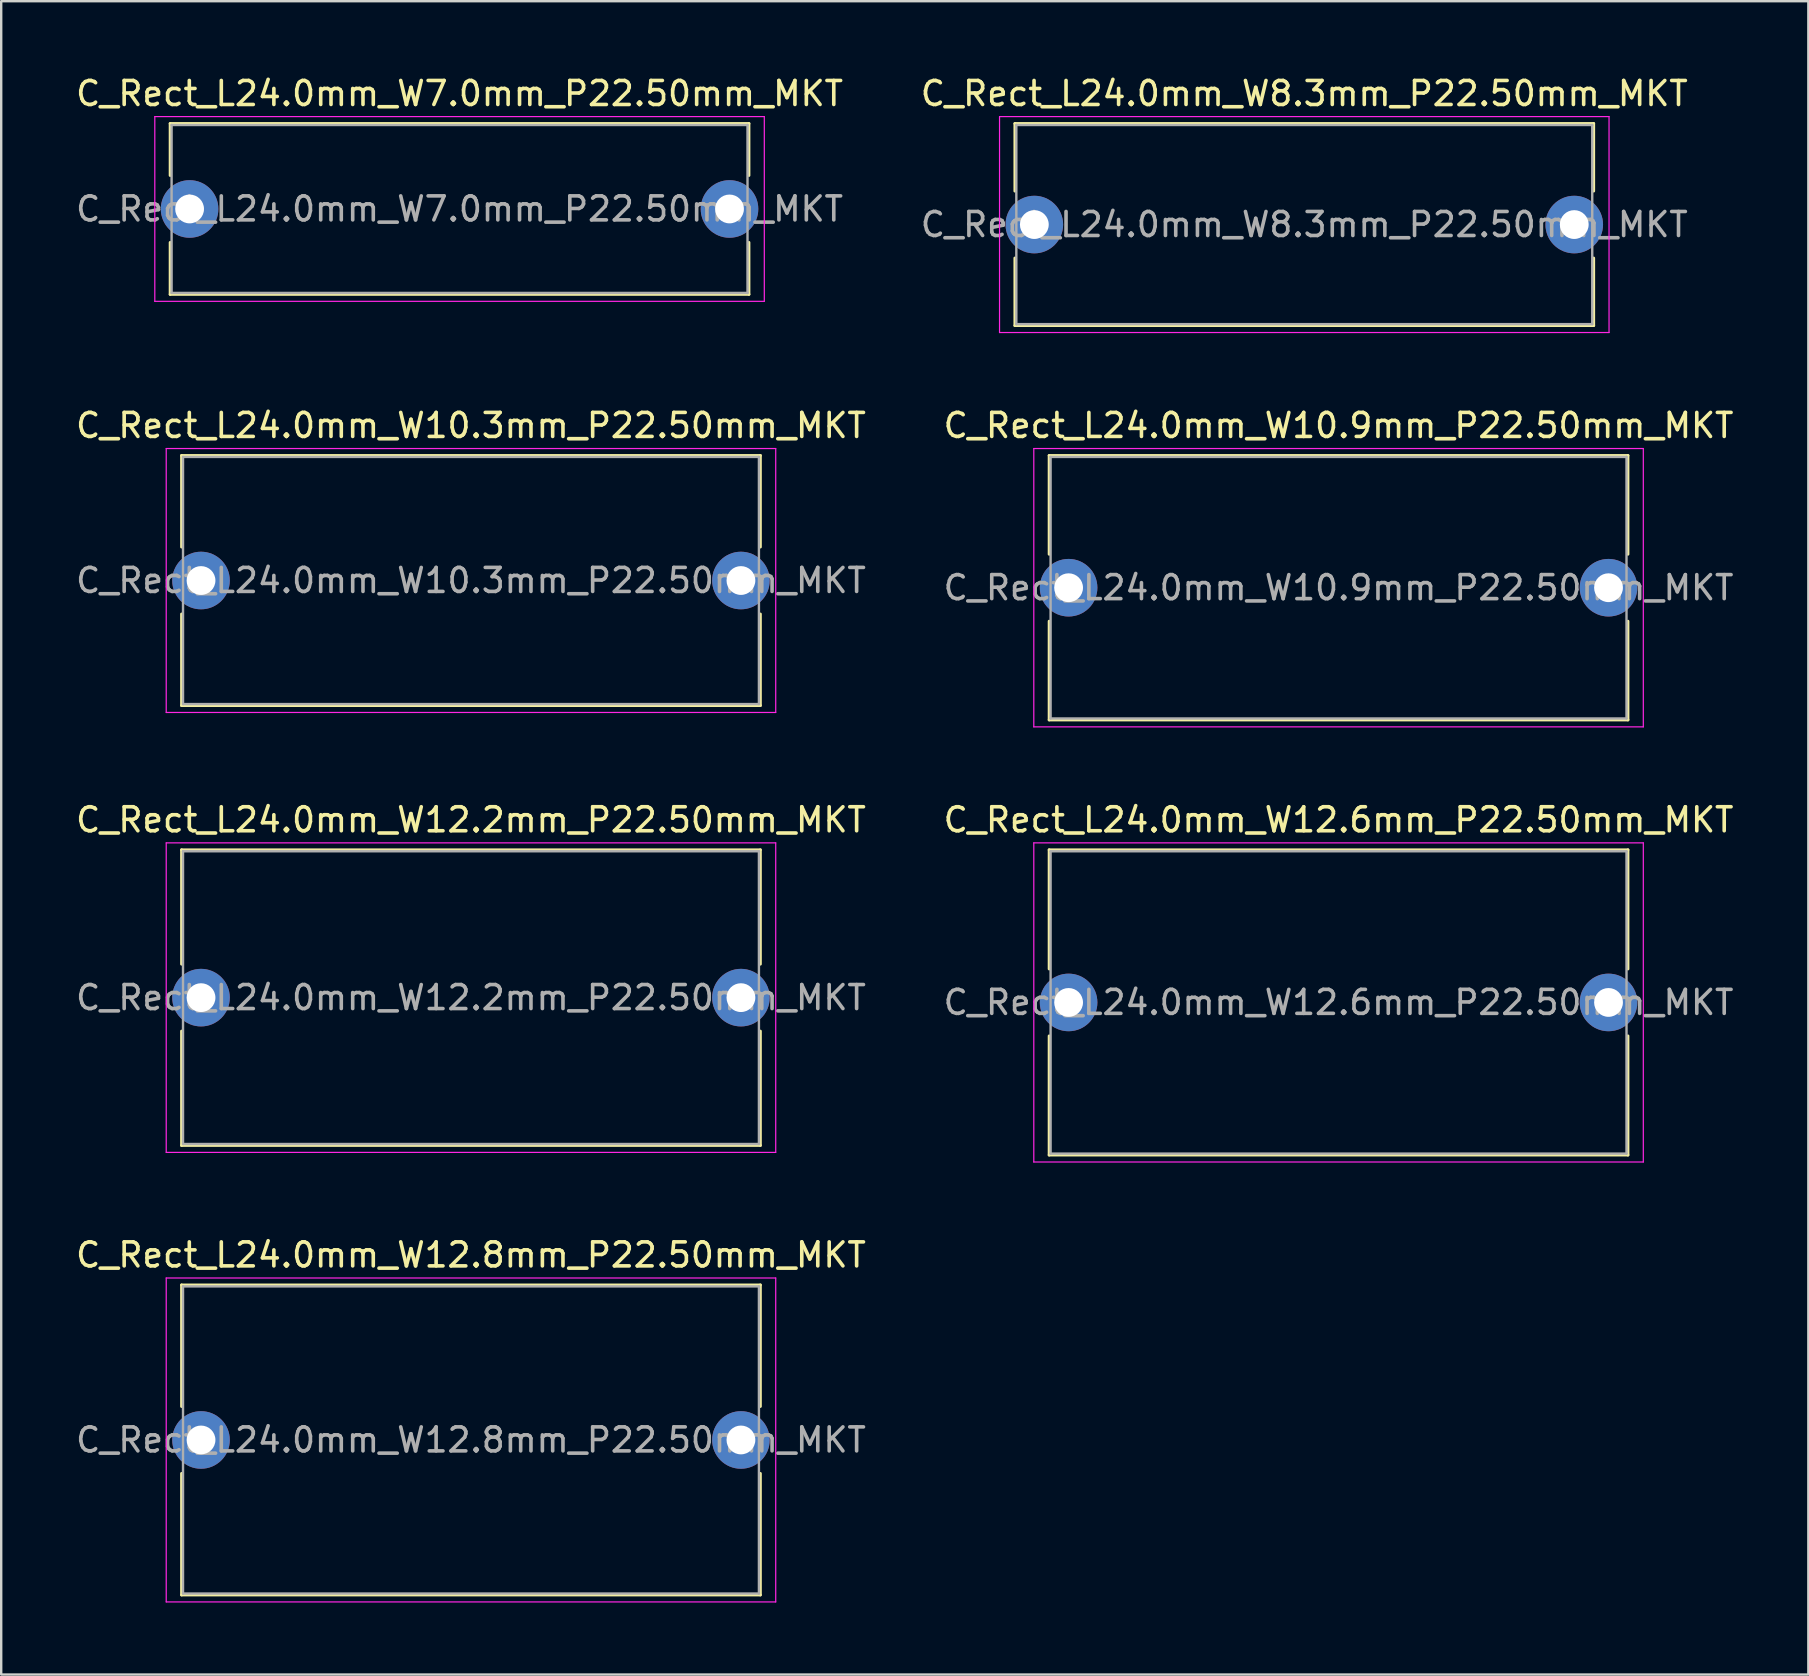
<source format=kicad_pcb>
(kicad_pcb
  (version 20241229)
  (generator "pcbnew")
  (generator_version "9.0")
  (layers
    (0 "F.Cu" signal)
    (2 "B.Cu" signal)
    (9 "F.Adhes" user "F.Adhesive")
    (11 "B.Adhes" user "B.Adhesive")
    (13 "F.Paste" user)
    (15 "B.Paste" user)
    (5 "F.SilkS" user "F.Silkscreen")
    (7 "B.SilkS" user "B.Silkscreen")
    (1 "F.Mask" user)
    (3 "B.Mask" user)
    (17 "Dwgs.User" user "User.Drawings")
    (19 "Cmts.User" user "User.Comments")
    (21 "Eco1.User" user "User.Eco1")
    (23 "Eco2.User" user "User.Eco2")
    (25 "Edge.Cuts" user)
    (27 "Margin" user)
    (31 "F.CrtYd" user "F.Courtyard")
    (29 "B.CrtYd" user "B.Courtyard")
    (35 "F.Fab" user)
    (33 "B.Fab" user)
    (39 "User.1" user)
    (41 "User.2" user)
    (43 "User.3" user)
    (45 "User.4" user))
  (footprint "C_Rect_L24.0mm_W8.3mm_P22.50mm_MKT"
    (layer "F.Cu")
    (at 40.054 6.308)
    (property "Reference" "C_Rect_L24.0mm_W8.3mm_P22.50mm_MKT" (at 11.25 -5.46 0) (layer "F.SilkS") (effects (font (size 1 1) (thickness 0.15))))
    (attr through_hole)
    (fp_line (start -0.81 -4.21) (end -0.81 -1.395) (stroke (width 0.12) (type solid)) (layer "F.SilkS"))
    (fp_line (start -0.81 -4.21) (end 23.31 -4.21) (stroke (width 0.12) (type solid)) (layer "F.SilkS"))
    (fp_line (start -0.81 1.395) (end -0.81 4.21) (stroke (width 0.12) (type solid)) (layer "F.SilkS"))
    (fp_line (start -0.81 4.21) (end 23.31 4.21) (stroke (width 0.12) (type solid)) (layer "F.SilkS"))
    (fp_line (start 23.31 -4.21) (end 23.31 -1.395) (stroke (width 0.12) (type solid)) (layer "F.SilkS"))
    (fp_line (start 23.31 1.395) (end 23.31 4.21) (stroke (width 0.12) (type solid)) (layer "F.SilkS"))
    (fp_line (start -1.45 -4.5) (end -1.45 4.5) (stroke (width 0.05) (type solid)) (layer "F.CrtYd"))
    (fp_line (start -1.45 4.5) (end 23.95 4.5) (stroke (width 0.05) (type solid)) (layer "F.CrtYd"))
    (fp_line (start 23.95 -4.5) (end -1.45 -4.5) (stroke (width 0.05) (type solid)) (layer "F.CrtYd"))
    (fp_line (start 23.95 4.5) (end 23.95 -4.5) (stroke (width 0.05) (type solid)) (layer "F.CrtYd"))
    (fp_line (start -0.75 -4.15) (end -0.75 4.15) (stroke (width 0.1) (type solid)) (layer "F.Fab"))
    (fp_line (start -0.75 4.15) (end 23.25 4.15) (stroke (width 0.1) (type solid)) (layer "F.Fab"))
    (fp_line (start 23.25 -4.15) (end -0.75 -4.15) (stroke (width 0.1) (type solid)) (layer "F.Fab"))
    (fp_line (start 23.25 4.15) (end 23.25 -4.15) (stroke (width 0.1) (type solid)) (layer "F.Fab"))
    (fp_text user "${REFERENCE}" (at 11.25 0 0) (layer "F.Fab") (effects (font (size 1 1) (thickness 0.15))))
    (pad "1" thru_hole circle (at 0 0) (size 2.4 2.4) (drill 1.2) (layers "*.Cu" "*.Mask"))
    (pad "2" thru_hole circle (at 22.5 0) (size 2.4 2.4) (drill 1.2) (layers "*.Cu" "*.Mask")))
  (footprint "C_Rect_L24.0mm_W7.0mm_P22.50mm_MKT"
    (layer "F.Cu")
    (at 4.851 5.658)
    (property "Reference" "C_Rect_L24.0mm_W7.0mm_P22.50mm_MKT" (at 11.25 -4.81 0) (layer "F.SilkS") (effects (font (size 1 1) (thickness 0.15))))
    (attr through_hole)
    (fp_line (start -0.81 -3.56) (end -0.81 -1.395) (stroke (width 0.12) (type solid)) (layer "F.SilkS"))
    (fp_line (start -0.81 -3.56) (end 23.31 -3.56) (stroke (width 0.12) (type solid)) (layer "F.SilkS"))
    (fp_line (start -0.81 1.395) (end -0.81 3.56) (stroke (width 0.12) (type solid)) (layer "F.SilkS"))
    (fp_line (start -0.81 3.56) (end 23.31 3.56) (stroke (width 0.12) (type solid)) (layer "F.SilkS"))
    (fp_line (start 23.31 -3.56) (end 23.31 -1.395) (stroke (width 0.12) (type solid)) (layer "F.SilkS"))
    (fp_line (start 23.31 1.395) (end 23.31 3.56) (stroke (width 0.12) (type solid)) (layer "F.SilkS"))
    (fp_line (start -1.45 -3.85) (end -1.45 3.85) (stroke (width 0.05) (type solid)) (layer "F.CrtYd"))
    (fp_line (start -1.45 3.85) (end 23.95 3.85) (stroke (width 0.05) (type solid)) (layer "F.CrtYd"))
    (fp_line (start 23.95 -3.85) (end -1.45 -3.85) (stroke (width 0.05) (type solid)) (layer "F.CrtYd"))
    (fp_line (start 23.95 3.85) (end 23.95 -3.85) (stroke (width 0.05) (type solid)) (layer "F.CrtYd"))
    (fp_line (start -0.75 -3.5) (end -0.75 3.5) (stroke (width 0.1) (type solid)) (layer "F.Fab"))
    (fp_line (start -0.75 3.5) (end 23.25 3.5) (stroke (width 0.1) (type solid)) (layer "F.Fab"))
    (fp_line (start 23.25 -3.5) (end -0.75 -3.5) (stroke (width 0.1) (type solid)) (layer "F.Fab"))
    (fp_line (start 23.25 3.5) (end 23.25 -3.5) (stroke (width 0.1) (type solid)) (layer "F.Fab"))
    (fp_text user "${REFERENCE}" (at 11.25 0 0) (layer "F.Fab") (effects (font (size 1 1) (thickness 0.15))))
    (pad "1" thru_hole circle (at 0 0) (size 2.4 2.4) (drill 1.2) (layers "*.Cu" "*.Mask"))
    (pad "2" thru_hole circle (at 22.5 0) (size 2.4 2.4) (drill 1.2) (layers "*.Cu" "*.Mask")))
  (footprint "C_Rect_L24.0mm_W10.9mm_P22.50mm_MKT"
    (layer "F.Cu")
    (at 41.482 21.442)
    (property "Reference" "C_Rect_L24.0mm_W10.9mm_P22.50mm_MKT" (at 11.25 -6.76 0) (layer "F.SilkS") (effects (font (size 1 1) (thickness 0.15))))
    (attr through_hole)
    (fp_line (start -0.81 -5.51) (end -0.81 -1.395) (stroke (width 0.12) (type solid)) (layer "F.SilkS"))
    (fp_line (start -0.81 -5.51) (end 23.31 -5.51) (stroke (width 0.12) (type solid)) (layer "F.SilkS"))
    (fp_line (start -0.81 1.395) (end -0.81 5.51) (stroke (width 0.12) (type solid)) (layer "F.SilkS"))
    (fp_line (start -0.81 5.51) (end 23.31 5.51) (stroke (width 0.12) (type solid)) (layer "F.SilkS"))
    (fp_line (start 23.31 -5.51) (end 23.31 -1.395) (stroke (width 0.12) (type solid)) (layer "F.SilkS"))
    (fp_line (start 23.31 1.395) (end 23.31 5.51) (stroke (width 0.12) (type solid)) (layer "F.SilkS"))
    (fp_line (start -1.45 -5.8) (end -1.45 5.8) (stroke (width 0.05) (type solid)) (layer "F.CrtYd"))
    (fp_line (start -1.45 5.8) (end 23.95 5.8) (stroke (width 0.05) (type solid)) (layer "F.CrtYd"))
    (fp_line (start 23.95 -5.8) (end -1.45 -5.8) (stroke (width 0.05) (type solid)) (layer "F.CrtYd"))
    (fp_line (start 23.95 5.8) (end 23.95 -5.8) (stroke (width 0.05) (type solid)) (layer "F.CrtYd"))
    (fp_line (start -0.75 -5.45) (end -0.75 5.45) (stroke (width 0.1) (type solid)) (layer "F.Fab"))
    (fp_line (start -0.75 5.45) (end 23.25 5.45) (stroke (width 0.1) (type solid)) (layer "F.Fab"))
    (fp_line (start 23.25 -5.45) (end -0.75 -5.45) (stroke (width 0.1) (type solid)) (layer "F.Fab"))
    (fp_line (start 23.25 5.45) (end 23.25 -5.45) (stroke (width 0.1) (type solid)) (layer "F.Fab"))
    (fp_text user "${REFERENCE}" (at 11.25 0 0) (layer "F.Fab") (effects (font (size 1 1) (thickness 0.15))))
    (pad "1" thru_hole circle (at 0 0) (size 2.4 2.4) (drill 1.2) (layers "*.Cu" "*.Mask"))
    (pad "2" thru_hole circle (at 22.5 0) (size 2.4 2.4) (drill 1.2) (layers "*.Cu" "*.Mask")))
  (footprint "C_Rect_L24.0mm_W12.2mm_P22.50mm_MKT"
    (layer "F.Cu")
    (at 5.327 38.525)
    (property "Reference" "C_Rect_L24.0mm_W12.2mm_P22.50mm_MKT" (at 11.25 -7.41 0) (layer "F.SilkS") (effects (font (size 1 1) (thickness 0.15))))
    (attr through_hole)
    (fp_line (start -0.81 -6.16) (end -0.81 -1.395) (stroke (width 0.12) (type solid)) (layer "F.SilkS"))
    (fp_line (start -0.81 -6.16) (end 23.31 -6.16) (stroke (width 0.12) (type solid)) (layer "F.SilkS"))
    (fp_line (start -0.81 1.395) (end -0.81 6.16) (stroke (width 0.12) (type solid)) (layer "F.SilkS"))
    (fp_line (start -0.81 6.16) (end 23.31 6.16) (stroke (width 0.12) (type solid)) (layer "F.SilkS"))
    (fp_line (start 23.31 -6.16) (end 23.31 -1.395) (stroke (width 0.12) (type solid)) (layer "F.SilkS"))
    (fp_line (start 23.31 1.395) (end 23.31 6.16) (stroke (width 0.12) (type solid)) (layer "F.SilkS"))
    (fp_line (start -1.45 -6.45) (end -1.45 6.45) (stroke (width 0.05) (type solid)) (layer "F.CrtYd"))
    (fp_line (start -1.45 6.45) (end 23.95 6.45) (stroke (width 0.05) (type solid)) (layer "F.CrtYd"))
    (fp_line (start 23.95 -6.45) (end -1.45 -6.45) (stroke (width 0.05) (type solid)) (layer "F.CrtYd"))
    (fp_line (start 23.95 6.45) (end 23.95 -6.45) (stroke (width 0.05) (type solid)) (layer "F.CrtYd"))
    (fp_line (start -0.75 -6.1) (end -0.75 6.1) (stroke (width 0.1) (type solid)) (layer "F.Fab"))
    (fp_line (start -0.75 6.1) (end 23.25 6.1) (stroke (width 0.1) (type solid)) (layer "F.Fab"))
    (fp_line (start 23.25 -6.1) (end -0.75 -6.1) (stroke (width 0.1) (type solid)) (layer "F.Fab"))
    (fp_line (start 23.25 6.1) (end 23.25 -6.1) (stroke (width 0.1) (type solid)) (layer "F.Fab"))
    (fp_text user "${REFERENCE}" (at 11.25 0 0) (layer "F.Fab") (effects (font (size 1 1) (thickness 0.15))))
    (pad "1" thru_hole circle (at 0 0) (size 2.4 2.4) (drill 1.2) (layers "*.Cu" "*.Mask"))
    (pad "2" thru_hole circle (at 22.5 0) (size 2.4 2.4) (drill 1.2) (layers "*.Cu" "*.Mask")))
  (footprint "C_Rect_L24.0mm_W12.6mm_P22.50mm_MKT"
    (layer "F.Cu")
    (at 41.482 38.725)
    (property "Reference" "C_Rect_L24.0mm_W12.6mm_P22.50mm_MKT" (at 11.25 -7.61 0) (layer "F.SilkS") (effects (font (size 1 1) (thickness 0.15))))
    (attr through_hole)
    (fp_line (start -0.81 -6.36) (end -0.81 -1.395) (stroke (width 0.12) (type solid)) (layer "F.SilkS"))
    (fp_line (start -0.81 -6.36) (end 23.31 -6.36) (stroke (width 0.12) (type solid)) (layer "F.SilkS"))
    (fp_line (start -0.81 1.395) (end -0.81 6.36) (stroke (width 0.12) (type solid)) (layer "F.SilkS"))
    (fp_line (start -0.81 6.36) (end 23.31 6.36) (stroke (width 0.12) (type solid)) (layer "F.SilkS"))
    (fp_line (start 23.31 -6.36) (end 23.31 -1.395) (stroke (width 0.12) (type solid)) (layer "F.SilkS"))
    (fp_line (start 23.31 1.395) (end 23.31 6.36) (stroke (width 0.12) (type solid)) (layer "F.SilkS"))
    (fp_line (start -1.45 -6.65) (end -1.45 6.65) (stroke (width 0.05) (type solid)) (layer "F.CrtYd"))
    (fp_line (start -1.45 6.65) (end 23.95 6.65) (stroke (width 0.05) (type solid)) (layer "F.CrtYd"))
    (fp_line (start 23.95 -6.65) (end -1.45 -6.65) (stroke (width 0.05) (type solid)) (layer "F.CrtYd"))
    (fp_line (start 23.95 6.65) (end 23.95 -6.65) (stroke (width 0.05) (type solid)) (layer "F.CrtYd"))
    (fp_line (start -0.75 -6.3) (end -0.75 6.3) (stroke (width 0.1) (type solid)) (layer "F.Fab"))
    (fp_line (start -0.75 6.3) (end 23.25 6.3) (stroke (width 0.1) (type solid)) (layer "F.Fab"))
    (fp_line (start 23.25 -6.3) (end -0.75 -6.3) (stroke (width 0.1) (type solid)) (layer "F.Fab"))
    (fp_line (start 23.25 6.3) (end 23.25 -6.3) (stroke (width 0.1) (type solid)) (layer "F.Fab"))
    (fp_text user "${REFERENCE}" (at 11.25 0 0) (layer "F.Fab") (effects (font (size 1 1) (thickness 0.15))))
    (pad "1" thru_hole circle (at 0 0) (size 2.4 2.4) (drill 1.2) (layers "*.Cu" "*.Mask"))
    (pad "2" thru_hole circle (at 22.5 0) (size 2.4 2.4) (drill 1.2) (layers "*.Cu" "*.Mask")))
  (footprint "C_Rect_L24.0mm_W10.3mm_P22.50mm_MKT"
    (layer "F.Cu")
    (at 5.327 21.142)
    (property "Reference" "C_Rect_L24.0mm_W10.3mm_P22.50mm_MKT" (at 11.25 -6.46 0) (layer "F.SilkS") (effects (font (size 1 1) (thickness 0.15))))
    (attr through_hole)
    (fp_line (start -0.81 -5.21) (end -0.81 -1.395) (stroke (width 0.12) (type solid)) (layer "F.SilkS"))
    (fp_line (start -0.81 -5.21) (end 23.31 -5.21) (stroke (width 0.12) (type solid)) (layer "F.SilkS"))
    (fp_line (start -0.81 1.395) (end -0.81 5.21) (stroke (width 0.12) (type solid)) (layer "F.SilkS"))
    (fp_line (start -0.81 5.21) (end 23.31 5.21) (stroke (width 0.12) (type solid)) (layer "F.SilkS"))
    (fp_line (start 23.31 -5.21) (end 23.31 -1.395) (stroke (width 0.12) (type solid)) (layer "F.SilkS"))
    (fp_line (start 23.31 1.395) (end 23.31 5.21) (stroke (width 0.12) (type solid)) (layer "F.SilkS"))
    (fp_line (start -1.45 -5.5) (end -1.45 5.5) (stroke (width 0.05) (type solid)) (layer "F.CrtYd"))
    (fp_line (start -1.45 5.5) (end 23.95 5.5) (stroke (width 0.05) (type solid)) (layer "F.CrtYd"))
    (fp_line (start 23.95 -5.5) (end -1.45 -5.5) (stroke (width 0.05) (type solid)) (layer "F.CrtYd"))
    (fp_line (start 23.95 5.5) (end 23.95 -5.5) (stroke (width 0.05) (type solid)) (layer "F.CrtYd"))
    (fp_line (start -0.75 -5.15) (end -0.75 5.15) (stroke (width 0.1) (type solid)) (layer "F.Fab"))
    (fp_line (start -0.75 5.15) (end 23.25 5.15) (stroke (width 0.1) (type solid)) (layer "F.Fab"))
    (fp_line (start 23.25 -5.15) (end -0.75 -5.15) (stroke (width 0.1) (type solid)) (layer "F.Fab"))
    (fp_line (start 23.25 5.15) (end 23.25 -5.15) (stroke (width 0.1) (type solid)) (layer "F.Fab"))
    (fp_text user "${REFERENCE}" (at 11.25 0 0) (layer "F.Fab") (effects (font (size 1 1) (thickness 0.15))))
    (pad "1" thru_hole circle (at 0 0) (size 2.4 2.4) (drill 1.2) (layers "*.Cu" "*.Mask"))
    (pad "2" thru_hole circle (at 22.5 0) (size 2.4 2.4) (drill 1.2) (layers "*.Cu" "*.Mask")))
  (footprint "C_Rect_L24.0mm_W12.8mm_P22.50mm_MKT"
    (layer "F.Cu")
    (at 5.327 56.958)
    (property "Reference" "C_Rect_L24.0mm_W12.8mm_P22.50mm_MKT" (at 11.25 -7.71 0) (layer "F.SilkS") (effects (font (size 1 1) (thickness 0.15))))
    (attr through_hole)
    (fp_line (start -0.81 -6.46) (end -0.81 -1.395) (stroke (width 0.12) (type solid)) (layer "F.SilkS"))
    (fp_line (start -0.81 -6.46) (end 23.31 -6.46) (stroke (width 0.12) (type solid)) (layer "F.SilkS"))
    (fp_line (start -0.81 1.395) (end -0.81 6.46) (stroke (width 0.12) (type solid)) (layer "F.SilkS"))
    (fp_line (start -0.81 6.46) (end 23.31 6.46) (stroke (width 0.12) (type solid)) (layer "F.SilkS"))
    (fp_line (start 23.31 -6.46) (end 23.31 -1.395) (stroke (width 0.12) (type solid)) (layer "F.SilkS"))
    (fp_line (start 23.31 1.395) (end 23.31 6.46) (stroke (width 0.12) (type solid)) (layer "F.SilkS"))
    (fp_line (start -1.45 -6.75) (end -1.45 6.75) (stroke (width 0.05) (type solid)) (layer "F.CrtYd"))
    (fp_line (start -1.45 6.75) (end 23.95 6.75) (stroke (width 0.05) (type solid)) (layer "F.CrtYd"))
    (fp_line (start 23.95 -6.75) (end -1.45 -6.75) (stroke (width 0.05) (type solid)) (layer "F.CrtYd"))
    (fp_line (start 23.95 6.75) (end 23.95 -6.75) (stroke (width 0.05) (type solid)) (layer "F.CrtYd"))
    (fp_line (start -0.75 -6.4) (end -0.75 6.4) (stroke (width 0.1) (type solid)) (layer "F.Fab"))
    (fp_line (start -0.75 6.4) (end 23.25 6.4) (stroke (width 0.1) (type solid)) (layer "F.Fab"))
    (fp_line (start 23.25 -6.4) (end -0.75 -6.4) (stroke (width 0.1) (type solid)) (layer "F.Fab"))
    (fp_line (start 23.25 6.4) (end 23.25 -6.4) (stroke (width 0.1) (type solid)) (layer "F.Fab"))
    (fp_text user "${REFERENCE}" (at 11.25 0 0) (layer "F.Fab") (effects (font (size 1 1) (thickness 0.15))))
    (pad "1" thru_hole circle (at 0 0) (size 2.4 2.4) (drill 1.2) (layers "*.Cu" "*.Mask"))
    (pad "2" thru_hole circle (at 22.5 0) (size 2.4 2.4) (drill 1.2) (layers "*.Cu" "*.Mask")))
  (gr_rect
    (start -3 -3)
    (end 72.31 66.733)
    (stroke (width 0.1) (type default))
    (fill no)
    (layer "Edge.Cuts")))
</source>
